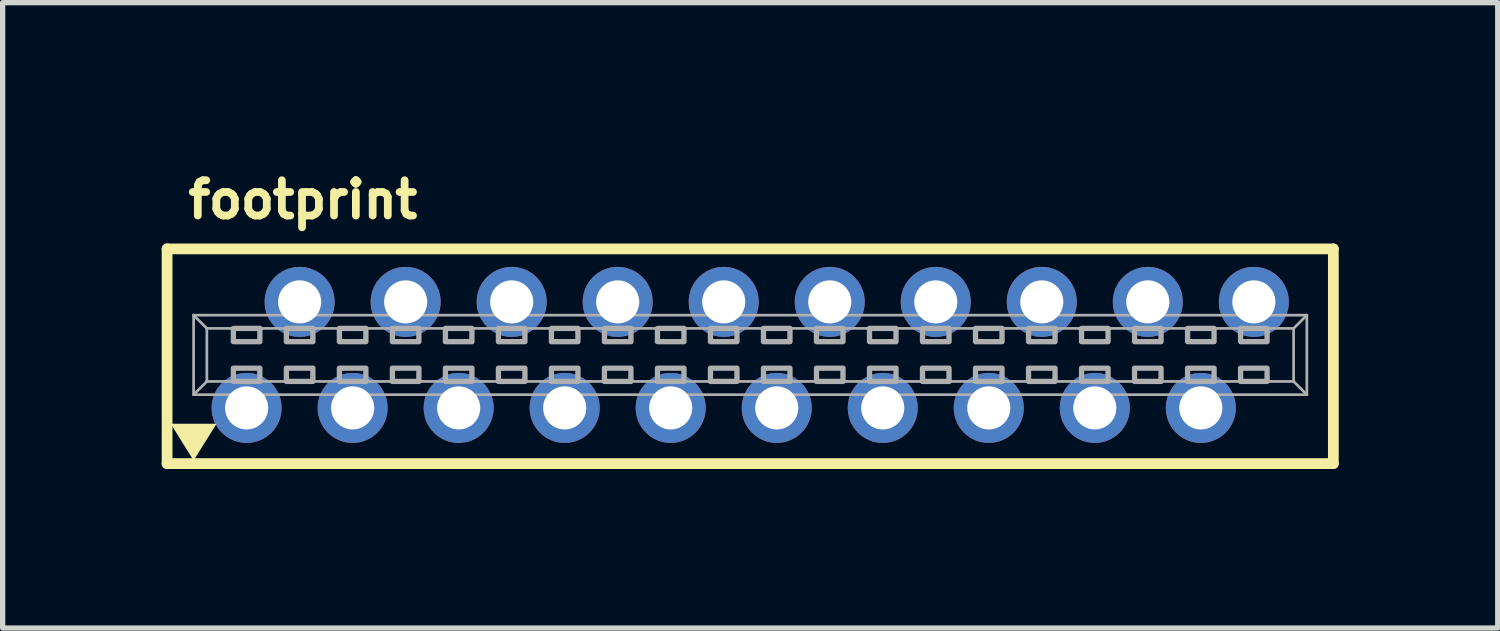
<source format=kicad_pcb>
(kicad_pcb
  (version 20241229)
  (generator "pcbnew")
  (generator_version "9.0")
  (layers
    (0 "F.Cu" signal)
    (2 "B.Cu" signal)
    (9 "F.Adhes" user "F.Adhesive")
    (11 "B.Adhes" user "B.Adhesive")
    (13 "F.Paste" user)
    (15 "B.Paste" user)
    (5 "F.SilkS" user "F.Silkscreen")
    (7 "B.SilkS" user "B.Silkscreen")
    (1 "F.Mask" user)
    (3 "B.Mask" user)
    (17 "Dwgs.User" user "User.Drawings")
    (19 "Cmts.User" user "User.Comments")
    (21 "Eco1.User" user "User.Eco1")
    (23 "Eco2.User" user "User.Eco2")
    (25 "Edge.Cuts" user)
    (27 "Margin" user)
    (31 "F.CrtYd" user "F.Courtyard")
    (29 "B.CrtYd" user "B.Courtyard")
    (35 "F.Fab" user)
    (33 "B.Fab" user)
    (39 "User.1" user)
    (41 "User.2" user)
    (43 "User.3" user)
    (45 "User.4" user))
  (footprint "footprint"
    (layer "F.Cu")
    (at 11.102 3.645)
    (property "Reference" "footprint" (at -10.675 -2.54 0) (layer "F.SilkS") (effects (font (size 0.666 0.666) (thickness 0.146)) (justify left bottom)))
    (fp_line (start -11 -2) (end -11 2.05) (stroke (width 0.203) (type solid)) (layer "F.SilkS"))
    (fp_line (start -11 2.05) (end 11 2.05) (stroke (width 0.203) (type solid)) (layer "F.SilkS"))
    (fp_line (start 11 -2) (end -11 -2) (stroke (width 0.203) (type solid)) (layer "F.SilkS"))
    (fp_line (start 11 -2) (end 11 2.05) (stroke (width 0.203) (type solid)) (layer "F.SilkS"))
    (fp_poly (pts (xy -10.5 1.992) (xy -10.933 1.298) (xy -10.067 1.298)) (stroke (width 0) (type solid)) (fill yes) (layer "F.SilkS"))
    (fp_line (start -10.5 -0.75) (end 10.5 -0.75) (stroke (width 0.051) (type solid)) (layer "F.Fab"))
    (fp_line (start -10.5 0.75) (end -10.5 -0.75) (stroke (width 0.051) (type solid)) (layer "F.Fab"))
    (fp_line (start -10.25 -0.5) (end -10.5 -0.75) (stroke (width 0.051) (type solid)) (layer "F.Fab"))
    (fp_line (start -10.25 -0.5) (end 10.25 -0.5) (stroke (width 0.051) (type solid)) (layer "F.Fab"))
    (fp_line (start -10.25 0.5) (end -10.5 0.75) (stroke (width 0.051) (type solid)) (layer "F.Fab"))
    (fp_line (start -10.25 0.5) (end -10.25 -0.5) (stroke (width 0.051) (type solid)) (layer "F.Fab"))
    (fp_line (start 10.25 -0.5) (end 10.25 0.5) (stroke (width 0.051) (type solid)) (layer "F.Fab"))
    (fp_line (start 10.25 -0.5) (end 10.5 -0.75) (stroke (width 0.051) (type solid)) (layer "F.Fab"))
    (fp_line (start 10.25 0.5) (end -10.25 0.5) (stroke (width 0.051) (type solid)) (layer "F.Fab"))
    (fp_line (start 10.25 0.5) (end 10.5 0.75) (stroke (width 0.051) (type solid)) (layer "F.Fab"))
    (fp_line (start 10.5 -0.75) (end 10.5 0.75) (stroke (width 0.051) (type solid)) (layer "F.Fab"))
    (fp_line (start 10.5 0.75) (end -10.5 0.75) (stroke (width 0.051) (type solid)) (layer "F.Fab"))
    (fp_poly (pts (xy -9.75 -0.25) (xy -9.25 -0.25) (xy -9.25 -0.5) (xy -9.75 -0.5)) (stroke (width 0.1) (type solid)) (fill no) (layer "F.Fab"))
    (fp_poly (pts (xy -9.75 0.5) (xy -9.25 0.5) (xy -9.25 0.25) (xy -9.75 0.25)) (stroke (width 0.1) (type solid)) (fill no) (layer "F.Fab"))
    (fp_poly (pts (xy -8.75 -0.25) (xy -8.25 -0.25) (xy -8.25 -0.5) (xy -8.75 -0.5)) (stroke (width 0.1) (type solid)) (fill no) (layer "F.Fab"))
    (fp_poly (pts (xy -8.75 0.5) (xy -8.25 0.5) (xy -8.25 0.25) (xy -8.75 0.25)) (stroke (width 0.1) (type solid)) (fill no) (layer "F.Fab"))
    (fp_poly (pts (xy -7.75 -0.25) (xy -7.25 -0.25) (xy -7.25 -0.5) (xy -7.75 -0.5)) (stroke (width 0.1) (type solid)) (fill no) (layer "F.Fab"))
    (fp_poly (pts (xy -7.75 0.5) (xy -7.25 0.5) (xy -7.25 0.25) (xy -7.75 0.25)) (stroke (width 0.1) (type solid)) (fill no) (layer "F.Fab"))
    (fp_poly (pts (xy -6.75 -0.25) (xy -6.25 -0.25) (xy -6.25 -0.5) (xy -6.75 -0.5)) (stroke (width 0.1) (type solid)) (fill no) (layer "F.Fab"))
    (fp_poly (pts (xy -6.75 0.5) (xy -6.25 0.5) (xy -6.25 0.25) (xy -6.75 0.25)) (stroke (width 0.1) (type solid)) (fill no) (layer "F.Fab"))
    (fp_poly (pts (xy -5.75 -0.25) (xy -5.25 -0.25) (xy -5.25 -0.5) (xy -5.75 -0.5)) (stroke (width 0.1) (type solid)) (fill no) (layer "F.Fab"))
    (fp_poly (pts (xy -5.75 0.5) (xy -5.25 0.5) (xy -5.25 0.25) (xy -5.75 0.25)) (stroke (width 0.1) (type solid)) (fill no) (layer "F.Fab"))
    (fp_poly (pts (xy -4.75 -0.25) (xy -4.25 -0.25) (xy -4.25 -0.5) (xy -4.75 -0.5)) (stroke (width 0.1) (type solid)) (fill no) (layer "F.Fab"))
    (fp_poly (pts (xy -4.75 0.5) (xy -4.25 0.5) (xy -4.25 0.25) (xy -4.75 0.25)) (stroke (width 0.1) (type solid)) (fill no) (layer "F.Fab"))
    (fp_poly (pts (xy -3.75 -0.25) (xy -3.25 -0.25) (xy -3.25 -0.5) (xy -3.75 -0.5)) (stroke (width 0.1) (type solid)) (fill no) (layer "F.Fab"))
    (fp_poly (pts (xy -3.75 0.5) (xy -3.25 0.5) (xy -3.25 0.25) (xy -3.75 0.25)) (stroke (width 0.1) (type solid)) (fill no) (layer "F.Fab"))
    (fp_poly (pts (xy -2.75 -0.25) (xy -2.25 -0.25) (xy -2.25 -0.5) (xy -2.75 -0.5)) (stroke (width 0.1) (type solid)) (fill no) (layer "F.Fab"))
    (fp_poly (pts (xy -2.75 0.5) (xy -2.25 0.5) (xy -2.25 0.25) (xy -2.75 0.25)) (stroke (width 0.1) (type solid)) (fill no) (layer "F.Fab"))
    (fp_poly (pts (xy -1.75 -0.25) (xy -1.25 -0.25) (xy -1.25 -0.5) (xy -1.75 -0.5)) (stroke (width 0.1) (type solid)) (fill no) (layer "F.Fab"))
    (fp_poly (pts (xy -1.75 0.5) (xy -1.25 0.5) (xy -1.25 0.25) (xy -1.75 0.25)) (stroke (width 0.1) (type solid)) (fill no) (layer "F.Fab"))
    (fp_poly (pts (xy -0.75 -0.25) (xy -0.25 -0.25) (xy -0.25 -0.5) (xy -0.75 -0.5)) (stroke (width 0.1) (type solid)) (fill no) (layer "F.Fab"))
    (fp_poly (pts (xy -0.75 0.5) (xy -0.25 0.5) (xy -0.25 0.25) (xy -0.75 0.25)) (stroke (width 0.1) (type solid)) (fill no) (layer "F.Fab"))
    (fp_poly (pts (xy 0.25 -0.25) (xy 0.75 -0.25) (xy 0.75 -0.5) (xy 0.25 -0.5)) (stroke (width 0.1) (type solid)) (fill no) (layer "F.Fab"))
    (fp_poly (pts (xy 0.25 0.5) (xy 0.75 0.5) (xy 0.75 0.25) (xy 0.25 0.25)) (stroke (width 0.1) (type solid)) (fill no) (layer "F.Fab"))
    (fp_poly (pts (xy 1.25 -0.25) (xy 1.75 -0.25) (xy 1.75 -0.5) (xy 1.25 -0.5)) (stroke (width 0.1) (type solid)) (fill no) (layer "F.Fab"))
    (fp_poly (pts (xy 1.25 0.5) (xy 1.75 0.5) (xy 1.75 0.25) (xy 1.25 0.25)) (stroke (width 0.1) (type solid)) (fill no) (layer "F.Fab"))
    (fp_poly (pts (xy 2.25 -0.25) (xy 2.75 -0.25) (xy 2.75 -0.5) (xy 2.25 -0.5)) (stroke (width 0.1) (type solid)) (fill no) (layer "F.Fab"))
    (fp_poly (pts (xy 2.25 0.5) (xy 2.75 0.5) (xy 2.75 0.25) (xy 2.25 0.25)) (stroke (width 0.1) (type solid)) (fill no) (layer "F.Fab"))
    (fp_poly (pts (xy 3.25 -0.25) (xy 3.75 -0.25) (xy 3.75 -0.5) (xy 3.25 -0.5)) (stroke (width 0.1) (type solid)) (fill no) (layer "F.Fab"))
    (fp_poly (pts (xy 3.25 0.5) (xy 3.75 0.5) (xy 3.75 0.25) (xy 3.25 0.25)) (stroke (width 0.1) (type solid)) (fill no) (layer "F.Fab"))
    (fp_poly (pts (xy 4.25 -0.25) (xy 4.75 -0.25) (xy 4.75 -0.5) (xy 4.25 -0.5)) (stroke (width 0.1) (type solid)) (fill no) (layer "F.Fab"))
    (fp_poly (pts (xy 4.25 0.5) (xy 4.75 0.5) (xy 4.75 0.25) (xy 4.25 0.25)) (stroke (width 0.1) (type solid)) (fill no) (layer "F.Fab"))
    (fp_poly (pts (xy 5.25 -0.25) (xy 5.75 -0.25) (xy 5.75 -0.5) (xy 5.25 -0.5)) (stroke (width 0.1) (type solid)) (fill no) (layer "F.Fab"))
    (fp_poly (pts (xy 5.25 0.5) (xy 5.75 0.5) (xy 5.75 0.25) (xy 5.25 0.25)) (stroke (width 0.1) (type solid)) (fill no) (layer "F.Fab"))
    (fp_poly (pts (xy 6.25 -0.25) (xy 6.75 -0.25) (xy 6.75 -0.5) (xy 6.25 -0.5)) (stroke (width 0.1) (type solid)) (fill no) (layer "F.Fab"))
    (fp_poly (pts (xy 6.25 0.5) (xy 6.75 0.5) (xy 6.75 0.25) (xy 6.25 0.25)) (stroke (width 0.1) (type solid)) (fill no) (layer "F.Fab"))
    (fp_poly (pts (xy 7.25 -0.25) (xy 7.75 -0.25) (xy 7.75 -0.5) (xy 7.25 -0.5)) (stroke (width 0.1) (type solid)) (fill no) (layer "F.Fab"))
    (fp_poly (pts (xy 7.25 0.5) (xy 7.75 0.5) (xy 7.75 0.25) (xy 7.25 0.25)) (stroke (width 0.1) (type solid)) (fill no) (layer "F.Fab"))
    (fp_poly (pts (xy 8.25 -0.25) (xy 8.75 -0.25) (xy 8.75 -0.5) (xy 8.25 -0.5)) (stroke (width 0.1) (type solid)) (fill no) (layer "F.Fab"))
    (fp_poly (pts (xy 8.25 0.5) (xy 8.75 0.5) (xy 8.75 0.25) (xy 8.25 0.25)) (stroke (width 0.1) (type solid)) (fill no) (layer "F.Fab"))
    (fp_poly (pts (xy 9.25 -0.25) (xy 9.75 -0.25) (xy 9.75 -0.5) (xy 9.25 -0.5)) (stroke (width 0.1) (type solid)) (fill no) (layer "F.Fab"))
    (fp_poly (pts (xy 9.25 0.5) (xy 9.75 0.5) (xy 9.75 0.25) (xy 9.25 0.25)) (stroke (width 0.1) (type solid)) (fill no) (layer "F.Fab"))
    (pad "1" thru_hole circle (at -9.5 1) (size 1.321 1.321) (drill 0.813) (layers "*.Cu" "*.Mask"))
    (pad "2" thru_hole circle (at -8.5 -1) (size 1.321 1.321) (drill 0.813) (layers "*.Cu" "*.Mask"))
    (pad "3" thru_hole circle (at -7.5 1) (size 1.321 1.321) (drill 0.813) (layers "*.Cu" "*.Mask"))
    (pad "4" thru_hole circle (at -6.5 -1) (size 1.321 1.321) (drill 0.813) (layers "*.Cu" "*.Mask"))
    (pad "5" thru_hole circle (at -5.5 1) (size 1.321 1.321) (drill 0.813) (layers "*.Cu" "*.Mask"))
    (pad "6" thru_hole circle (at -4.5 -1) (size 1.321 1.321) (drill 0.813) (layers "*.Cu" "*.Mask"))
    (pad "7" thru_hole circle (at -3.5 1) (size 1.321 1.321) (drill 0.813) (layers "*.Cu" "*.Mask"))
    (pad "8" thru_hole circle (at -2.5 -1) (size 1.321 1.321) (drill 0.813) (layers "*.Cu" "*.Mask"))
    (pad "9" thru_hole circle (at -1.5 1) (size 1.321 1.321) (drill 0.813) (layers "*.Cu" "*.Mask"))
    (pad "10" thru_hole circle (at -0.5 -1) (size 1.321 1.321) (drill 0.813) (layers "*.Cu" "*.Mask"))
    (pad "11" thru_hole circle (at 0.5 1) (size 1.321 1.321) (drill 0.813) (layers "*.Cu" "*.Mask"))
    (pad "12" thru_hole circle (at 1.5 -1) (size 1.321 1.321) (drill 0.813) (layers "*.Cu" "*.Mask"))
    (pad "13" thru_hole circle (at 2.5 1) (size 1.321 1.321) (drill 0.813) (layers "*.Cu" "*.Mask"))
    (pad "14" thru_hole circle (at 3.5 -1) (size 1.321 1.321) (drill 0.813) (layers "*.Cu" "*.Mask"))
    (pad "15" thru_hole circle (at 4.5 1) (size 1.321 1.321) (drill 0.813) (layers "*.Cu" "*.Mask"))
    (pad "16" thru_hole circle (at 5.5 -1) (size 1.321 1.321) (drill 0.813) (layers "*.Cu" "*.Mask"))
    (pad "17" thru_hole circle (at 6.5 1) (size 1.321 1.321) (drill 0.813) (layers "*.Cu" "*.Mask"))
    (pad "18" thru_hole circle (at 7.5 -1) (size 1.321 1.321) (drill 0.813) (layers "*.Cu" "*.Mask"))
    (pad "19" thru_hole circle (at 8.5 1) (size 1.321 1.321) (drill 0.813) (layers "*.Cu" "*.Mask"))
    (pad "20" thru_hole circle (at 9.5 -1) (size 1.321 1.321) (drill 0.813) (layers "*.Cu" "*.Mask")))
  (gr_rect
    (start -3 -3)
    (end 25.203 8.797)
    (stroke (width 0.1) (type default))
    (fill no)
    (layer "Edge.Cuts")))
</source>
